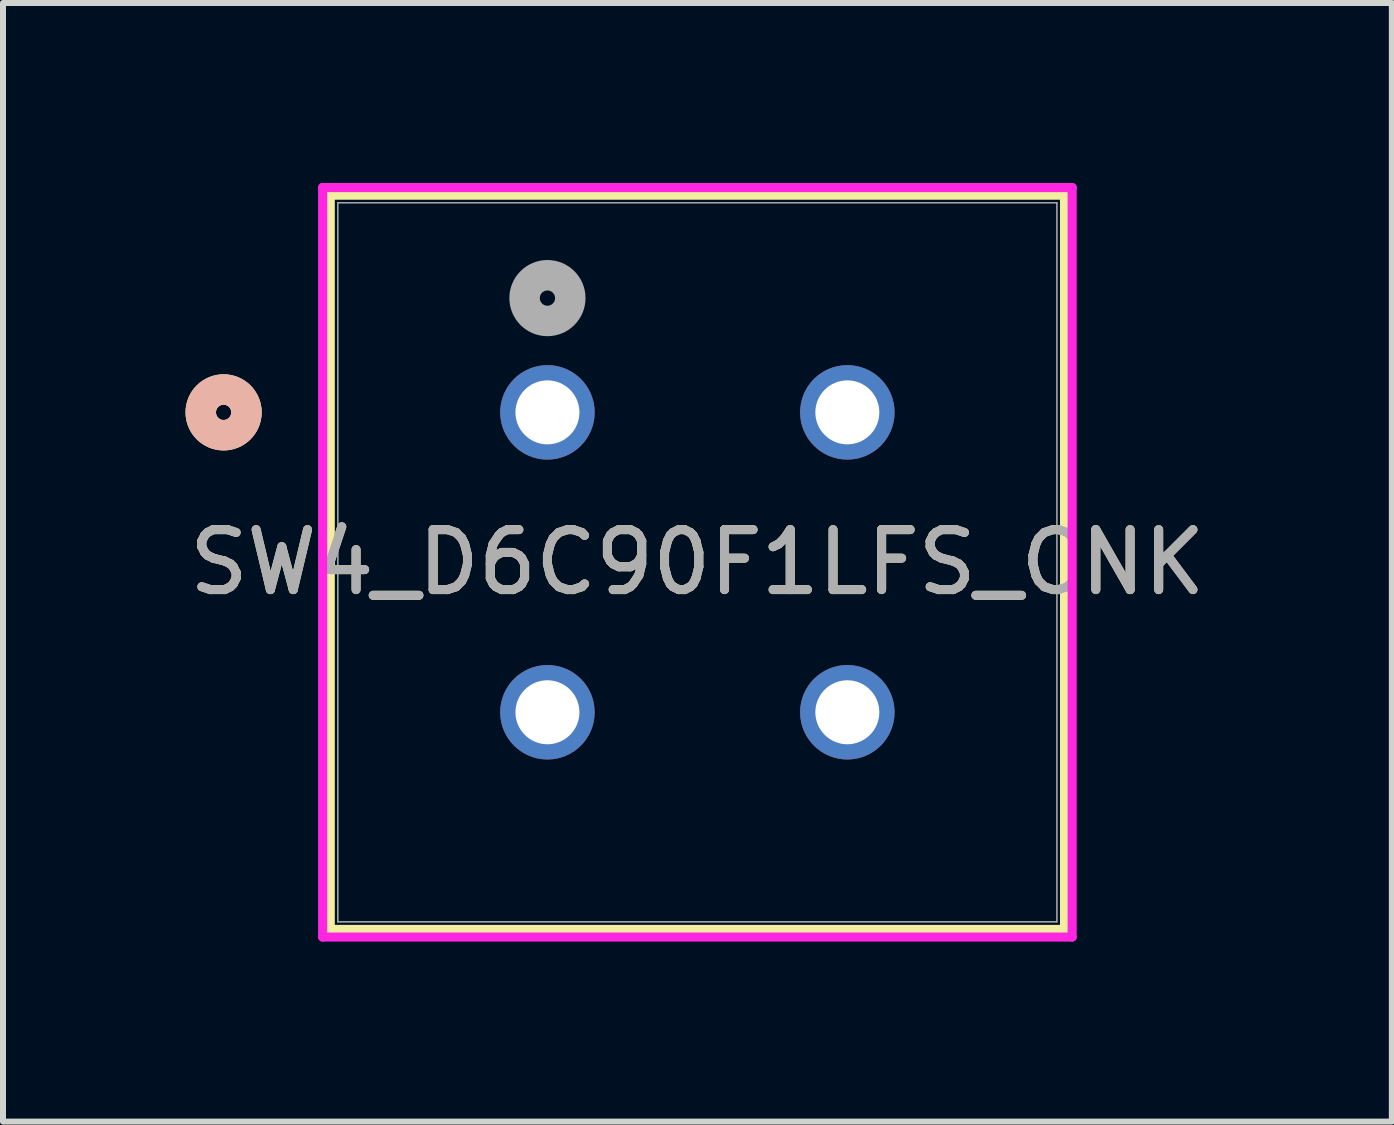
<source format=kicad_pcb>
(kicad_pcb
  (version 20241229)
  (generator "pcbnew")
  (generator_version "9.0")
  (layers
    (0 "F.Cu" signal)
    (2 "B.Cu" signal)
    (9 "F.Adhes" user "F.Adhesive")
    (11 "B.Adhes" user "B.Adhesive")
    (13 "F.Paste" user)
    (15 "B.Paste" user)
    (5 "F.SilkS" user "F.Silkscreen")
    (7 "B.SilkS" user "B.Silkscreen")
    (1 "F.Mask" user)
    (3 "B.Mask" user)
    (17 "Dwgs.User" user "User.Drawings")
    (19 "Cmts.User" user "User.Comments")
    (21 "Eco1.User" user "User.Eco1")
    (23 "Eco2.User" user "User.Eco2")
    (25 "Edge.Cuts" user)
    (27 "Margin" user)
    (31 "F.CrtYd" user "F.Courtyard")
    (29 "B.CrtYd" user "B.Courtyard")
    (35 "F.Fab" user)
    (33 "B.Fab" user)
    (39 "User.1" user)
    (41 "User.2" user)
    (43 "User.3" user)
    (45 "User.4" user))
  (footprint "SW4_D6C90F1LFS_CNK"
    (layer "F.Cu")
    (at 6.077 3.825)
    (property "Reference" "SW4_D6C90F1LFS_CNK" (at 2.5 2.5 0) (unlocked yes) (layer "F.SilkS") (effects (font (size 1 1) (thickness 0.15))))
    (attr through_hole)
    (fp_line (start -3.621 -3.621) (end -3.621 8.621) (stroke (width 0.152) (type solid)) (layer "F.SilkS"))
    (fp_line (start -3.621 8.621) (end 8.621 8.621) (stroke (width 0.152) (type solid)) (layer "F.SilkS"))
    (fp_line (start 8.621 -3.621) (end -3.621 -3.621) (stroke (width 0.152) (type solid)) (layer "F.SilkS"))
    (fp_line (start 8.621 8.621) (end 8.621 -3.621) (stroke (width 0.152) (type solid)) (layer "F.SilkS"))
    (fp_circle (center -5.399 0) (end -5.018 0) (stroke (width 0.508) (type solid)) (fill no) (layer "F.SilkS"))
    (fp_circle (center -5.399 0) (end -5.018 0) (stroke (width 0.508) (type solid)) (fill no) (layer "B.SilkS"))
    (fp_line (start -3.748 -3.748) (end -3.748 8.748) (stroke (width 0.152) (type solid)) (layer "F.CrtYd"))
    (fp_line (start -3.748 8.748) (end 8.748 8.748) (stroke (width 0.152) (type solid)) (layer "F.CrtYd"))
    (fp_line (start 8.748 -3.748) (end -3.748 -3.748) (stroke (width 0.152) (type solid)) (layer "F.CrtYd"))
    (fp_line (start 8.748 8.748) (end 8.748 -3.748) (stroke (width 0.152) (type solid)) (layer "F.CrtYd"))
    (fp_line (start -3.494 -3.494) (end -3.494 8.494) (stroke (width 0.025) (type solid)) (layer "F.Fab"))
    (fp_line (start -3.494 8.494) (end 8.494 8.494) (stroke (width 0.025) (type solid)) (layer "F.Fab"))
    (fp_line (start 8.494 -3.494) (end -3.494 -3.494) (stroke (width 0.025) (type solid)) (layer "F.Fab"))
    (fp_line (start 8.494 8.494) (end 8.494 -3.494) (stroke (width 0.025) (type solid)) (layer "F.Fab"))
    (fp_circle (center 0 -1.905) (end 0.381 -1.905) (stroke (width 0.508) (type solid)) (fill no) (layer "F.Fab"))
    (fp_text user "${REFERENCE}" (at 2.5 2.5 0) (unlocked yes) (layer "F.Fab") (effects (font (size 1 1) (thickness 0.15))))
    (pad "1" thru_hole circle (at 0 0) (size 1.575 1.575) (drill 1.067) (layers "*.Cu" "*.Mask"))
    (pad "2" thru_hole circle (at 5 0) (size 1.575 1.575) (drill 1.067) (layers "*.Cu" "*.Mask"))
    (pad "3" thru_hole circle (at 0 5) (size 1.575 1.575) (drill 1.067) (layers "*.Cu" "*.Mask"))
    (pad "4" thru_hole circle (at 5 5) (size 1.575 1.575) (drill 1.067) (layers "*.Cu" "*.Mask")))
  (gr_rect
    (start -3 -3)
    (end 20.155 15.649)
    (stroke (width 0.1) (type default))
    (fill no)
    (layer "Edge.Cuts")))
</source>
